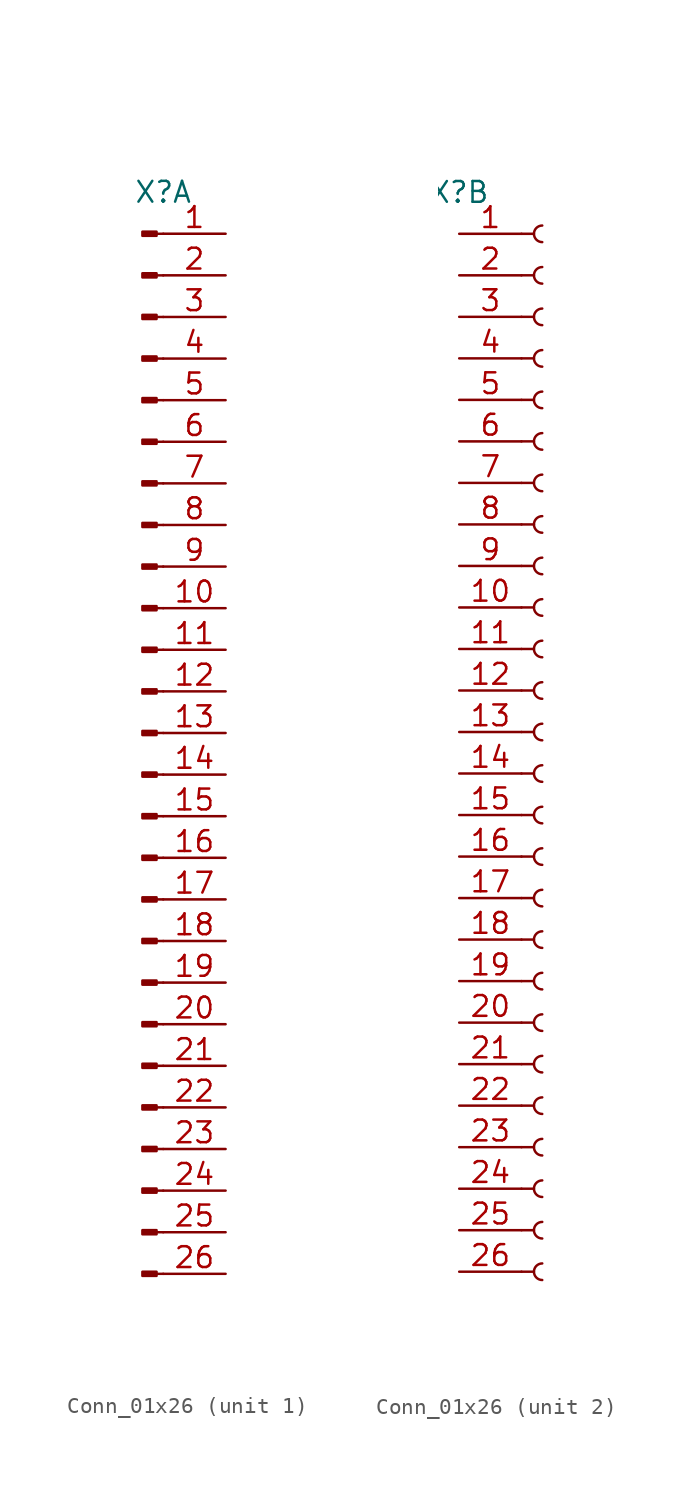
<source format=kicad_sym>
(kicad_symbol_lib
  (version 20241209)
  (generator "kicad_symbol_editor")
  (generator_version "9.0")
  (symbol "Conn_01x26"
    (pin_names
      (offset 1.016)
      (hide yes))
    (property "Reference" "X"
      (at 0 33.02 0)
      (effects (font (size 1.27 1.27))))
    (property "ki_locked" ""
      (at 0 0 0)
      (effects (font (size 1.27 1.27))))
    (symbol "Conn_01x26_1_1"
      (rectangle (start -0.406 30.607) (end -1.27 30.353) (stroke (width 0.152) (type default)) (fill (type outline)))
      (rectangle (start -0.406 28.067) (end -1.27 27.813) (stroke (width 0.152) (type default)) (fill (type outline)))
      (rectangle (start -0.406 25.527) (end -1.27 25.273) (stroke (width 0.152) (type default)) (fill (type outline)))
      (rectangle (start -0.406 22.987) (end -1.27 22.733) (stroke (width 0.152) (type default)) (fill (type outline)))
      (rectangle (start -0.406 20.447) (end -1.27 20.193) (stroke (width 0.152) (type default)) (fill (type outline)))
      (rectangle (start -0.406 17.907) (end -1.27 17.653) (stroke (width 0.152) (type default)) (fill (type outline)))
      (rectangle (start -0.406 15.367) (end -1.27 15.113) (stroke (width 0.152) (type default)) (fill (type outline)))
      (rectangle (start -0.406 12.827) (end -1.27 12.573) (stroke (width 0.152) (type default)) (fill (type outline)))
      (rectangle (start -0.406 10.287) (end -1.27 10.033) (stroke (width 0.152) (type default)) (fill (type outline)))
      (rectangle (start -0.406 7.747) (end -1.27 7.493) (stroke (width 0.152) (type default)) (fill (type outline)))
      (rectangle (start -0.406 5.207) (end -1.27 4.953) (stroke (width 0.152) (type default)) (fill (type outline)))
      (rectangle (start -0.406 2.667) (end -1.27 2.413) (stroke (width 0.152) (type default)) (fill (type outline)))
      (rectangle (start -0.406 0.127) (end -1.27 -0.127) (stroke (width 0.152) (type default)) (fill (type outline)))
      (rectangle (start -0.406 -2.413) (end -1.27 -2.667) (stroke (width 0.152) (type default)) (fill (type outline)))
      (rectangle (start -0.406 -4.953) (end -1.27 -5.207) (stroke (width 0.152) (type default)) (fill (type outline)))
      (rectangle (start -0.406 -7.493) (end -1.27 -7.747) (stroke (width 0.152) (type default)) (fill (type outline)))
      (rectangle (start -0.406 -10.033) (end -1.27 -10.287) (stroke (width 0.152) (type default)) (fill (type outline)))
      (rectangle (start -0.406 -12.573) (end -1.27 -12.827) (stroke (width 0.152) (type default)) (fill (type outline)))
      (rectangle (start -0.406 -15.113) (end -1.27 -15.367) (stroke (width 0.152) (type default)) (fill (type outline)))
      (rectangle (start -0.406 -17.653) (end -1.27 -17.907) (stroke (width 0.152) (type default)) (fill (type outline)))
      (rectangle (start -0.406 -20.193) (end -1.27 -20.447) (stroke (width 0.152) (type default)) (fill (type outline)))
      (rectangle (start -0.406 -22.733) (end -1.27 -22.987) (stroke (width 0.152) (type default)) (fill (type outline)))
      (rectangle (start -0.406 -25.273) (end -1.27 -25.527) (stroke (width 0.152) (type default)) (fill (type outline)))
      (rectangle (start -0.406 -27.813) (end -1.27 -28.067) (stroke (width 0.152) (type default)) (fill (type outline)))
      (rectangle (start -0.406 -30.353) (end -1.27 -30.607) (stroke (width 0.152) (type default)) (fill (type outline)))
      (rectangle (start -0.406 -32.893) (end -1.27 -33.147) (stroke (width 0.152) (type default)) (fill (type outline)))
      (polyline (pts (xy 0 30.48) (xy -0.406 30.48)) (stroke (width 0.152) (type default)) (fill (type none)))
      (polyline (pts (xy 0 27.94) (xy -0.406 27.94)) (stroke (width 0.152) (type default)) (fill (type none)))
      (polyline (pts (xy 0 25.4) (xy -0.406 25.4)) (stroke (width 0.152) (type default)) (fill (type none)))
      (polyline (pts (xy 0 22.86) (xy -0.406 22.86)) (stroke (width 0.152) (type default)) (fill (type none)))
      (polyline (pts (xy 0 20.32) (xy -0.406 20.32)) (stroke (width 0.152) (type default)) (fill (type none)))
      (polyline (pts (xy 0 17.78) (xy -0.406 17.78)) (stroke (width 0.152) (type default)) (fill (type none)))
      (polyline (pts (xy 0 15.24) (xy -0.406 15.24)) (stroke (width 0.152) (type default)) (fill (type none)))
      (polyline (pts (xy 0 12.7) (xy -0.406 12.7)) (stroke (width 0.152) (type default)) (fill (type none)))
      (polyline (pts (xy 0 10.16) (xy -0.406 10.16)) (stroke (width 0.152) (type default)) (fill (type none)))
      (polyline (pts (xy 0 7.62) (xy -0.406 7.62)) (stroke (width 0.152) (type default)) (fill (type none)))
      (polyline (pts (xy 0 5.08) (xy -0.406 5.08)) (stroke (width 0.152) (type default)) (fill (type none)))
      (polyline (pts (xy 0 2.54) (xy -0.406 2.54)) (stroke (width 0.152) (type default)) (fill (type none)))
      (polyline (pts (xy 0 0) (xy -0.406 0)) (stroke (width 0.152) (type default)) (fill (type none)))
      (polyline (pts (xy 0 -2.54) (xy -0.406 -2.54)) (stroke (width 0.152) (type default)) (fill (type none)))
      (polyline (pts (xy 0 -5.08) (xy -0.406 -5.08)) (stroke (width 0.152) (type default)) (fill (type none)))
      (polyline (pts (xy 0 -7.62) (xy -0.406 -7.62)) (stroke (width 0.152) (type default)) (fill (type none)))
      (polyline (pts (xy 0 -10.16) (xy -0.406 -10.16)) (stroke (width 0.152) (type default)) (fill (type none)))
      (polyline (pts (xy 0 -12.7) (xy -0.406 -12.7)) (stroke (width 0.152) (type default)) (fill (type none)))
      (polyline (pts (xy 0 -15.24) (xy -0.406 -15.24)) (stroke (width 0.152) (type default)) (fill (type none)))
      (polyline (pts (xy 0 -17.78) (xy -0.406 -17.78)) (stroke (width 0.152) (type default)) (fill (type none)))
      (polyline (pts (xy 0 -20.32) (xy -0.406 -20.32)) (stroke (width 0.152) (type default)) (fill (type none)))
      (polyline (pts (xy 0 -22.86) (xy -0.406 -22.86)) (stroke (width 0.152) (type default)) (fill (type none)))
      (polyline (pts (xy 0 -25.4) (xy -0.406 -25.4)) (stroke (width 0.152) (type default)) (fill (type none)))
      (polyline (pts (xy 0 -27.94) (xy -0.406 -27.94)) (stroke (width 0.152) (type default)) (fill (type none)))
      (polyline (pts (xy 0 -30.48) (xy -0.406 -30.48)) (stroke (width 0.152) (type default)) (fill (type none)))
      (polyline (pts (xy 0 -33.02) (xy -0.406 -33.02)) (stroke (width 0.152) (type default)) (fill (type none)))
      (pin passive line (at 3.81 30.48 180) (length 3.81) (name "Pin_1" (effects (font (size 1.27 1.27)))) (number "1" (effects (font (size 1.27 1.27)))))
      (pin passive line (at 3.81 27.94 180) (length 3.81) (name "Pin_2" (effects (font (size 1.27 1.27)))) (number "2" (effects (font (size 1.27 1.27)))))
      (pin passive line (at 3.81 25.4 180) (length 3.81) (name "Pin_3" (effects (font (size 1.27 1.27)))) (number "3" (effects (font (size 1.27 1.27)))))
      (pin passive line (at 3.81 22.86 180) (length 3.81) (name "Pin_4" (effects (font (size 1.27 1.27)))) (number "4" (effects (font (size 1.27 1.27)))))
      (pin passive line (at 3.81 20.32 180) (length 3.81) (name "Pin_5" (effects (font (size 1.27 1.27)))) (number "5" (effects (font (size 1.27 1.27)))))
      (pin passive line (at 3.81 17.78 180) (length 3.81) (name "Pin_6" (effects (font (size 1.27 1.27)))) (number "6" (effects (font (size 1.27 1.27)))))
      (pin passive line (at 3.81 15.24 180) (length 3.81) (name "Pin_7" (effects (font (size 1.27 1.27)))) (number "7" (effects (font (size 1.27 1.27)))))
      (pin passive line (at 3.81 12.7 180) (length 3.81) (name "Pin_8" (effects (font (size 1.27 1.27)))) (number "8" (effects (font (size 1.27 1.27)))))
      (pin passive line (at 3.81 10.16 180) (length 3.81) (name "Pin_9" (effects (font (size 1.27 1.27)))) (number "9" (effects (font (size 1.27 1.27)))))
      (pin passive line (at 3.81 7.62 180) (length 3.81) (name "Pin_10" (effects (font (size 1.27 1.27)))) (number "10" (effects (font (size 1.27 1.27)))))
      (pin passive line (at 3.81 5.08 180) (length 3.81) (name "Pin_11" (effects (font (size 1.27 1.27)))) (number "11" (effects (font (size 1.27 1.27)))))
      (pin passive line (at 3.81 2.54 180) (length 3.81) (name "Pin_12" (effects (font (size 1.27 1.27)))) (number "12" (effects (font (size 1.27 1.27)))))
      (pin passive line (at 3.81 0 180) (length 3.81) (name "Pin_13" (effects (font (size 1.27 1.27)))) (number "13" (effects (font (size 1.27 1.27)))))
      (pin passive line (at 3.81 -2.54 180) (length 3.81) (name "Pin_14" (effects (font (size 1.27 1.27)))) (number "14" (effects (font (size 1.27 1.27)))))
      (pin passive line (at 3.81 -5.08 180) (length 3.81) (name "Pin_15" (effects (font (size 1.27 1.27)))) (number "15" (effects (font (size 1.27 1.27)))))
      (pin passive line (at 3.81 -7.62 180) (length 3.81) (name "Pin_16" (effects (font (size 1.27 1.27)))) (number "16" (effects (font (size 1.27 1.27)))))
      (pin passive line (at 3.81 -10.16 180) (length 3.81) (name "Pin_17" (effects (font (size 1.27 1.27)))) (number "17" (effects (font (size 1.27 1.27)))))
      (pin passive line (at 3.81 -12.7 180) (length 3.81) (name "Pin_18" (effects (font (size 1.27 1.27)))) (number "18" (effects (font (size 1.27 1.27)))))
      (pin passive line (at 3.81 -15.24 180) (length 3.81) (name "Pin_19" (effects (font (size 1.27 1.27)))) (number "19" (effects (font (size 1.27 1.27)))))
      (pin passive line (at 3.81 -17.78 180) (length 3.81) (name "Pin_20" (effects (font (size 1.27 1.27)))) (number "20" (effects (font (size 1.27 1.27)))))
      (pin passive line (at 3.81 -20.32 180) (length 3.81) (name "Pin_21" (effects (font (size 1.27 1.27)))) (number "21" (effects (font (size 1.27 1.27)))))
      (pin passive line (at 3.81 -22.86 180) (length 3.81) (name "Pin_22" (effects (font (size 1.27 1.27)))) (number "22" (effects (font (size 1.27 1.27)))))
      (pin passive line (at 3.81 -25.4 180) (length 3.81) (name "Pin_23" (effects (font (size 1.27 1.27)))) (number "23" (effects (font (size 1.27 1.27)))))
      (pin passive line (at 3.81 -27.94 180) (length 3.81) (name "Pin_24" (effects (font (size 1.27 1.27)))) (number "24" (effects (font (size 1.27 1.27)))))
      (pin passive line (at 3.81 -30.48 180) (length 3.81) (name "Pin_25" (effects (font (size 1.27 1.27)))) (number "25" (effects (font (size 1.27 1.27)))))
      (pin passive line (at 3.81 -33.02 180) (length 3.81) (name "Pin_26" (effects (font (size 1.27 1.27)))) (number "26" (effects (font (size 1.27 1.27))))))
    (symbol "Conn_01x26_2_1"
      (polyline (pts (xy 3.81 30.48) (xy 4.572 30.48)) (stroke (width 0.152) (type default)) (fill (type none)))
      (polyline (pts (xy 3.81 27.94) (xy 4.572 27.94)) (stroke (width 0.152) (type default)) (fill (type none)))
      (polyline (pts (xy 3.81 25.4) (xy 4.572 25.4)) (stroke (width 0.152) (type default)) (fill (type none)))
      (polyline (pts (xy 3.81 22.86) (xy 4.572 22.86)) (stroke (width 0.152) (type default)) (fill (type none)))
      (polyline (pts (xy 3.81 20.32) (xy 4.572 20.32)) (stroke (width 0.152) (type default)) (fill (type none)))
      (polyline (pts (xy 3.81 17.78) (xy 4.572 17.78)) (stroke (width 0.152) (type default)) (fill (type none)))
      (polyline (pts (xy 3.81 15.24) (xy 4.572 15.24)) (stroke (width 0.152) (type default)) (fill (type none)))
      (polyline (pts (xy 3.81 12.7) (xy 4.572 12.7)) (stroke (width 0.152) (type default)) (fill (type none)))
      (polyline (pts (xy 3.81 10.16) (xy 4.572 10.16)) (stroke (width 0.152) (type default)) (fill (type none)))
      (polyline (pts (xy 3.81 7.62) (xy 4.572 7.62)) (stroke (width 0.152) (type default)) (fill (type none)))
      (polyline (pts (xy 3.81 5.08) (xy 4.572 5.08)) (stroke (width 0.152) (type default)) (fill (type none)))
      (polyline (pts (xy 3.81 2.54) (xy 4.572 2.54)) (stroke (width 0.152) (type default)) (fill (type none)))
      (polyline (pts (xy 3.81 0) (xy 4.572 0)) (stroke (width 0.152) (type default)) (fill (type none)))
      (polyline (pts (xy 3.81 -2.54) (xy 4.572 -2.54)) (stroke (width 0.152) (type default)) (fill (type none)))
      (polyline (pts (xy 3.81 -5.08) (xy 4.572 -5.08)) (stroke (width 0.152) (type default)) (fill (type none)))
      (polyline (pts (xy 3.81 -7.62) (xy 4.572 -7.62)) (stroke (width 0.152) (type default)) (fill (type none)))
      (polyline (pts (xy 3.81 -10.16) (xy 4.572 -10.16)) (stroke (width 0.152) (type default)) (fill (type none)))
      (polyline (pts (xy 3.81 -12.7) (xy 4.572 -12.7)) (stroke (width 0.152) (type default)) (fill (type none)))
      (polyline (pts (xy 3.81 -15.24) (xy 4.572 -15.24)) (stroke (width 0.152) (type default)) (fill (type none)))
      (polyline (pts (xy 3.81 -17.78) (xy 4.572 -17.78)) (stroke (width 0.152) (type default)) (fill (type none)))
      (polyline (pts (xy 3.81 -20.32) (xy 4.572 -20.32)) (stroke (width 0.152) (type default)) (fill (type none)))
      (polyline (pts (xy 3.81 -22.86) (xy 4.572 -22.86)) (stroke (width 0.152) (type default)) (fill (type none)))
      (polyline (pts (xy 3.81 -25.4) (xy 4.572 -25.4)) (stroke (width 0.152) (type default)) (fill (type none)))
      (polyline (pts (xy 3.81 -27.94) (xy 4.572 -27.94)) (stroke (width 0.152) (type default)) (fill (type none)))
      (polyline (pts (xy 3.81 -30.48) (xy 4.572 -30.48)) (stroke (width 0.152) (type default)) (fill (type none)))
      (polyline (pts (xy 3.81 -33.02) (xy 4.572 -33.02)) (stroke (width 0.152) (type default)) (fill (type none)))
      (arc (start 5.08 29.972) (mid 4.5742 30.48) (end 5.08 30.988) (stroke (width 0.1524) (type default)) (fill (type none)))
      (arc (start 5.08 27.432) (mid 4.5742 27.94) (end 5.08 28.448) (stroke (width 0.1524) (type default)) (fill (type none)))
      (arc (start 5.08 24.892) (mid 4.5742 25.4) (end 5.08 25.908) (stroke (width 0.1524) (type default)) (fill (type none)))
      (arc (start 5.08 22.352) (mid 4.5742 22.86) (end 5.08 23.368) (stroke (width 0.1524) (type default)) (fill (type none)))
      (arc (start 5.08 19.812) (mid 4.5742 20.32) (end 5.08 20.828) (stroke (width 0.1524) (type default)) (fill (type none)))
      (arc (start 5.08 17.272) (mid 4.5742 17.78) (end 5.08 18.288) (stroke (width 0.1524) (type default)) (fill (type none)))
      (arc (start 5.08 14.732) (mid 4.5742 15.24) (end 5.08 15.748) (stroke (width 0.1524) (type default)) (fill (type none)))
      (arc (start 5.08 12.192) (mid 4.5742 12.7) (end 5.08 13.208) (stroke (width 0.1524) (type default)) (fill (type none)))
      (arc (start 5.08 9.652) (mid 4.5742 10.16) (end 5.08 10.668) (stroke (width 0.1524) (type default)) (fill (type none)))
      (arc (start 5.08 7.112) (mid 4.5742 7.62) (end 5.08 8.128) (stroke (width 0.1524) (type default)) (fill (type none)))
      (arc (start 5.08 4.572) (mid 4.5742 5.08) (end 5.08 5.588) (stroke (width 0.1524) (type default)) (fill (type none)))
      (arc (start 5.08 2.032) (mid 4.5742 2.54) (end 5.08 3.048) (stroke (width 0.1524) (type default)) (fill (type none)))
      (arc (start 5.08 -0.508) (mid 4.5742 0) (end 5.08 0.508) (stroke (width 0.1524) (type default)) (fill (type none)))
      (arc (start 5.08 -3.048) (mid 4.5742 -2.54) (end 5.08 -2.032) (stroke (width 0.1524) (type default)) (fill (type none)))
      (arc (start 5.08 -5.588) (mid 4.5742 -5.08) (end 5.08 -4.572) (stroke (width 0.1524) (type default)) (fill (type none)))
      (arc (start 5.08 -8.128) (mid 4.5742 -7.62) (end 5.08 -7.112) (stroke (width 0.1524) (type default)) (fill (type none)))
      (arc (start 5.08 -10.668) (mid 4.5742 -10.16) (end 5.08 -9.652) (stroke (width 0.1524) (type default)) (fill (type none)))
      (arc (start 5.08 -13.208) (mid 4.5742 -12.7) (end 5.08 -12.192) (stroke (width 0.1524) (type default)) (fill (type none)))
      (arc (start 5.08 -15.748) (mid 4.5742 -15.24) (end 5.08 -14.732) (stroke (width 0.1524) (type default)) (fill (type none)))
      (arc (start 5.08 -18.288) (mid 4.5742 -17.78) (end 5.08 -17.272) (stroke (width 0.1524) (type default)) (fill (type none)))
      (arc (start 5.08 -20.828) (mid 4.5742 -20.32) (end 5.08 -19.812) (stroke (width 0.1524) (type default)) (fill (type none)))
      (arc (start 5.08 -23.368) (mid 4.5742 -22.86) (end 5.08 -22.352) (stroke (width 0.1524) (type default)) (fill (type none)))
      (arc (start 5.08 -25.908) (mid 4.5742 -25.4) (end 5.08 -24.892) (stroke (width 0.1524) (type default)) (fill (type none)))
      (arc (start 5.08 -28.448) (mid 4.5742 -27.94) (end 5.08 -27.432) (stroke (width 0.1524) (type default)) (fill (type none)))
      (arc (start 5.08 -30.988) (mid 4.5742 -30.48) (end 5.08 -29.972) (stroke (width 0.1524) (type default)) (fill (type none)))
      (arc (start 5.08 -33.528) (mid 4.5742 -33.02) (end 5.08 -32.512) (stroke (width 0.1524) (type default)) (fill (type none)))
      (pin passive line (at 0 30.48 0) (length 3.81) (name "Pin_1" (effects (font (size 1.27 1.27)))) (number "1" (effects (font (size 1.27 1.27)))))
      (pin passive line (at 0 27.94 0) (length 3.81) (name "Pin_2" (effects (font (size 1.27 1.27)))) (number "2" (effects (font (size 1.27 1.27)))))
      (pin passive line (at 0 25.4 0) (length 3.81) (name "Pin_3" (effects (font (size 1.27 1.27)))) (number "3" (effects (font (size 1.27 1.27)))))
      (pin passive line (at 0 22.86 0) (length 3.81) (name "Pin_4" (effects (font (size 1.27 1.27)))) (number "4" (effects (font (size 1.27 1.27)))))
      (pin passive line (at 0 20.32 0) (length 3.81) (name "Pin_5" (effects (font (size 1.27 1.27)))) (number "5" (effects (font (size 1.27 1.27)))))
      (pin passive line (at 0 17.78 0) (length 3.81) (name "Pin_6" (effects (font (size 1.27 1.27)))) (number "6" (effects (font (size 1.27 1.27)))))
      (pin passive line (at 0 15.24 0) (length 3.81) (name "Pin_7" (effects (font (size 1.27 1.27)))) (number "7" (effects (font (size 1.27 1.27)))))
      (pin passive line (at 0 12.7 0) (length 3.81) (name "Pin_8" (effects (font (size 1.27 1.27)))) (number "8" (effects (font (size 1.27 1.27)))))
      (pin passive line (at 0 10.16 0) (length 3.81) (name "Pin_9" (effects (font (size 1.27 1.27)))) (number "9" (effects (font (size 1.27 1.27)))))
      (pin passive line (at 0 7.62 0) (length 3.81) (name "Pin_10" (effects (font (size 1.27 1.27)))) (number "10" (effects (font (size 1.27 1.27)))))
      (pin passive line (at 0 5.08 0) (length 3.81) (name "Pin_11" (effects (font (size 1.27 1.27)))) (number "11" (effects (font (size 1.27 1.27)))))
      (pin passive line (at 0 2.54 0) (length 3.81) (name "Pin_12" (effects (font (size 1.27 1.27)))) (number "12" (effects (font (size 1.27 1.27)))))
      (pin passive line (at 0 0 0) (length 3.81) (name "Pin_13" (effects (font (size 1.27 1.27)))) (number "13" (effects (font (size 1.27 1.27)))))
      (pin passive line (at 0 -2.54 0) (length 3.81) (name "Pin_14" (effects (font (size 1.27 1.27)))) (number "14" (effects (font (size 1.27 1.27)))))
      (pin passive line (at 0 -5.08 0) (length 3.81) (name "Pin_15" (effects (font (size 1.27 1.27)))) (number "15" (effects (font (size 1.27 1.27)))))
      (pin passive line (at 0 -7.62 0) (length 3.81) (name "Pin_16" (effects (font (size 1.27 1.27)))) (number "16" (effects (font (size 1.27 1.27)))))
      (pin passive line (at 0 -10.16 0) (length 3.81) (name "Pin_17" (effects (font (size 1.27 1.27)))) (number "17" (effects (font (size 1.27 1.27)))))
      (pin passive line (at 0 -12.7 0) (length 3.81) (name "Pin_18" (effects (font (size 1.27 1.27)))) (number "18" (effects (font (size 1.27 1.27)))))
      (pin passive line (at 0 -15.24 0) (length 3.81) (name "Pin_19" (effects (font (size 1.27 1.27)))) (number "19" (effects (font (size 1.27 1.27)))))
      (pin passive line (at 0 -17.78 0) (length 3.81) (name "Pin_20" (effects (font (size 1.27 1.27)))) (number "20" (effects (font (size 1.27 1.27)))))
      (pin passive line (at 0 -20.32 0) (length 3.81) (name "Pin_21" (effects (font (size 1.27 1.27)))) (number "21" (effects (font (size 1.27 1.27)))))
      (pin passive line (at 0 -22.86 0) (length 3.81) (name "Pin_22" (effects (font (size 1.27 1.27)))) (number "22" (effects (font (size 1.27 1.27)))))
      (pin passive line (at 0 -25.4 0) (length 3.81) (name "Pin_23" (effects (font (size 1.27 1.27)))) (number "23" (effects (font (size 1.27 1.27)))))
      (pin passive line (at 0 -27.94 0) (length 3.81) (name "Pin_24" (effects (font (size 1.27 1.27)))) (number "24" (effects (font (size 1.27 1.27)))))
      (pin passive line (at 0 -30.48 0) (length 3.81) (name "Pin_25" (effects (font (size 1.27 1.27)))) (number "25" (effects (font (size 1.27 1.27)))))
      (pin passive line (at 0 -33.02 0) (length 3.81) (name "Pin_26" (effects (font (size 1.27 1.27)))) (number "26" (effects (font (size 1.27 1.27))))))))
</source>
